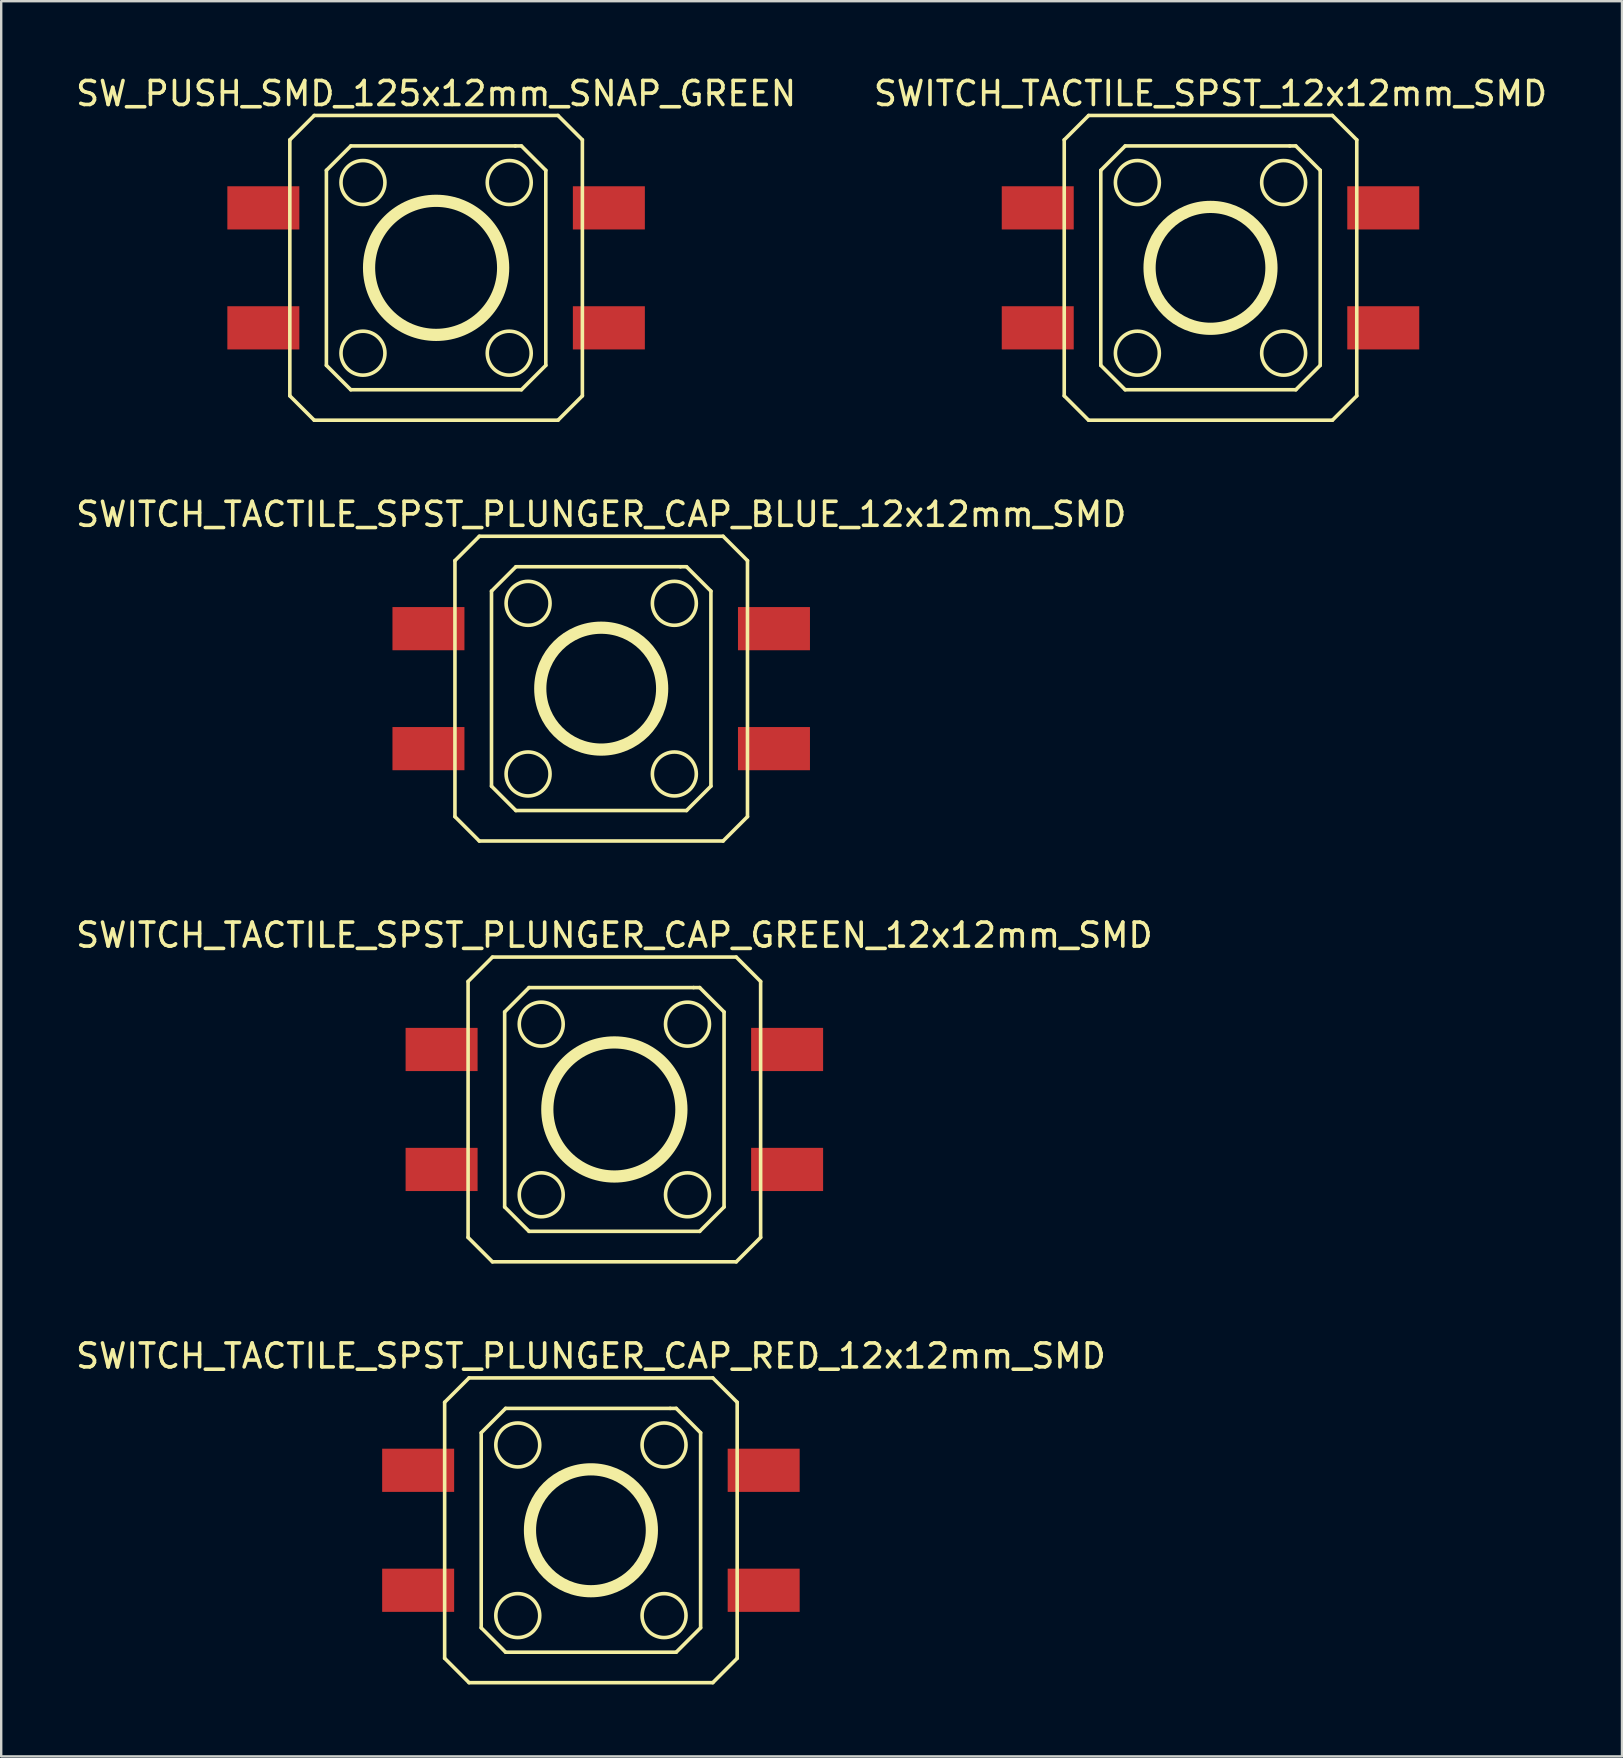
<source format=kicad_pcb>
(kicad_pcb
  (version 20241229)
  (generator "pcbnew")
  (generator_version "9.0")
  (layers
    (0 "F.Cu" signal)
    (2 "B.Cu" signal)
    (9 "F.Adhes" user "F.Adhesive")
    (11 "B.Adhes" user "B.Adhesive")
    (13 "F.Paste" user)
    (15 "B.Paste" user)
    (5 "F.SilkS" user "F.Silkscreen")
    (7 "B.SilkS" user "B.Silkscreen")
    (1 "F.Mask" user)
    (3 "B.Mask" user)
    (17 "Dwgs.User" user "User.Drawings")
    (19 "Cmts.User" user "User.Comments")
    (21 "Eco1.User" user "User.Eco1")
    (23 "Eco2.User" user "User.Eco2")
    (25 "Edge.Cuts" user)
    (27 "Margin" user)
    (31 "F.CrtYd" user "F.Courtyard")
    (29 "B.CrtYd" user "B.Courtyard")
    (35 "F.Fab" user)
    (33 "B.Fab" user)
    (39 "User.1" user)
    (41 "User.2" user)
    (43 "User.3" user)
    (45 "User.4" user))
  (footprint "SW_PUSH_SMD_125x12mm_SNAP_GREEN"
    (layer "F.Cu")
    (at 15.125 8.113)
    (property "Reference" "SW_PUSH_SMD_125x12mm_SNAP_GREEN" (at 0 -7.264 0) (layer "F.SilkS") (effects (font (size 1 1) (thickness 0.15))))
    (attr smd)
    (fp_line (start -6.096 -5.334) (end -6.096 5.334) (stroke (width 0.15) (type solid)) (layer "F.SilkS"))
    (fp_line (start -6.096 -5.334) (end -5.08 -6.35) (stroke (width 0.15) (type solid)) (layer "F.SilkS"))
    (fp_line (start -5.08 -6.35) (end 5.08 -6.35) (stroke (width 0.15) (type solid)) (layer "F.SilkS"))
    (fp_line (start -5.08 6.35) (end -6.096 5.334) (stroke (width 0.15) (type solid)) (layer "F.SilkS"))
    (fp_line (start -5.08 6.35) (end 5.08 6.35) (stroke (width 0.15) (type solid)) (layer "F.SilkS"))
    (fp_line (start -4.572 -4.064) (end -4.572 4.064) (stroke (width 0.15) (type solid)) (layer "F.SilkS"))
    (fp_line (start -4.572 -4.064) (end -3.556 -5.08) (stroke (width 0.15) (type solid)) (layer "F.SilkS"))
    (fp_line (start -4.572 4.064) (end -3.556 5.08) (stroke (width 0.15) (type solid)) (layer "F.SilkS"))
    (fp_line (start -3.556 -5.08) (end 3.302 -5.08) (stroke (width 0.15) (type solid)) (layer "F.SilkS"))
    (fp_line (start 3.302 -5.08) (end 3.556 -5.08) (stroke (width 0.15) (type solid)) (layer "F.SilkS"))
    (fp_line (start 3.556 -5.08) (end 4.572 -4.064) (stroke (width 0.15) (type solid)) (layer "F.SilkS"))
    (fp_line (start 3.556 5.08) (end -3.556 5.08) (stroke (width 0.15) (type solid)) (layer "F.SilkS"))
    (fp_line (start 4.572 4.064) (end 3.556 5.08) (stroke (width 0.15) (type solid)) (layer "F.SilkS"))
    (fp_line (start 4.572 4.064) (end 4.572 -4.064) (stroke (width 0.15) (type solid)) (layer "F.SilkS"))
    (fp_line (start 5.08 6.35) (end 6.096 5.334) (stroke (width 0.15) (type solid)) (layer "F.SilkS"))
    (fp_line (start 6.096 -5.334) (end 5.08 -6.35) (stroke (width 0.15) (type solid)) (layer "F.SilkS"))
    (fp_line (start 6.096 5.334) (end 6.096 -5.334) (stroke (width 0.15) (type solid)) (layer "F.SilkS"))
    (fp_circle (center -3.048 -3.556) (end -2.54 -2.794) (stroke (width 0.15) (type solid)) (fill no) (layer "F.SilkS"))
    (fp_circle (center -3.048 3.556) (end -2.286 3.048) (stroke (width 0.15) (type solid)) (fill no) (layer "F.SilkS"))
    (fp_circle (center 0 0) (end 2.794 0) (stroke (width 0.508) (type solid)) (fill no) (layer "F.SilkS"))
    (fp_circle (center 3.048 -3.556) (end 2.286 -3.048) (stroke (width 0.15) (type solid)) (fill no) (layer "F.SilkS"))
    (fp_circle (center 3.048 3.556) (end 2.286 3.048) (stroke (width 0.15) (type solid)) (fill no) (layer "F.SilkS"))
    (pad "1" smd rect (at -7.2 2.5) (size 3 1.8) (layers "F.Cu" "F.Mask" "F.Paste"))
    (pad "2" smd rect (at 7.2 2.5) (size 3 1.8) (layers "F.Cu" "F.Mask" "F.Paste"))
    (pad "3" smd rect (at -7.2 -2.5) (size 3 1.8) (layers "F.Cu" "F.Mask" "F.Paste"))
    (pad "4" smd rect (at 7.2 -2.5) (size 3 1.8) (layers "F.Cu" "F.Mask" "F.Paste")))
  (footprint "SWITCH_TACTILE_SPST_12x12mm_SMD"
    (layer "F.Cu")
    (at 47.399 8.113)
    (property "Reference" "SWITCH_TACTILE_SPST_12x12mm_SMD" (at 0 -7.264 0) (layer "F.SilkS") (effects (font (size 1 1) (thickness 0.15))))
    (attr smd)
    (fp_line (start -6.096 -5.334) (end -6.096 5.334) (stroke (width 0.15) (type solid)) (layer "F.SilkS"))
    (fp_line (start -6.096 -5.334) (end -5.08 -6.35) (stroke (width 0.15) (type solid)) (layer "F.SilkS"))
    (fp_line (start -5.08 -6.35) (end 5.08 -6.35) (stroke (width 0.15) (type solid)) (layer "F.SilkS"))
    (fp_line (start -5.08 6.35) (end -6.096 5.334) (stroke (width 0.15) (type solid)) (layer "F.SilkS"))
    (fp_line (start -5.08 6.35) (end 5.08 6.35) (stroke (width 0.15) (type solid)) (layer "F.SilkS"))
    (fp_line (start -4.572 -4.064) (end -4.572 4.064) (stroke (width 0.15) (type solid)) (layer "F.SilkS"))
    (fp_line (start -4.572 -4.064) (end -3.556 -5.08) (stroke (width 0.15) (type solid)) (layer "F.SilkS"))
    (fp_line (start -4.572 4.064) (end -3.556 5.08) (stroke (width 0.15) (type solid)) (layer "F.SilkS"))
    (fp_line (start -3.556 -5.08) (end 3.302 -5.08) (stroke (width 0.15) (type solid)) (layer "F.SilkS"))
    (fp_line (start 3.302 -5.08) (end 3.556 -5.08) (stroke (width 0.15) (type solid)) (layer "F.SilkS"))
    (fp_line (start 3.556 -5.08) (end 4.572 -4.064) (stroke (width 0.15) (type solid)) (layer "F.SilkS"))
    (fp_line (start 3.556 5.08) (end -3.556 5.08) (stroke (width 0.15) (type solid)) (layer "F.SilkS"))
    (fp_line (start 4.572 4.064) (end 3.556 5.08) (stroke (width 0.15) (type solid)) (layer "F.SilkS"))
    (fp_line (start 4.572 4.064) (end 4.572 -4.064) (stroke (width 0.15) (type solid)) (layer "F.SilkS"))
    (fp_line (start 5.08 6.35) (end 6.096 5.334) (stroke (width 0.15) (type solid)) (layer "F.SilkS"))
    (fp_line (start 6.096 -5.334) (end 5.08 -6.35) (stroke (width 0.15) (type solid)) (layer "F.SilkS"))
    (fp_line (start 6.096 5.334) (end 6.096 -5.334) (stroke (width 0.15) (type solid)) (layer "F.SilkS"))
    (fp_circle (center -3.048 -3.556) (end -2.54 -2.794) (stroke (width 0.15) (type solid)) (fill no) (layer "F.SilkS"))
    (fp_circle (center -3.048 3.556) (end -2.286 3.048) (stroke (width 0.15) (type solid)) (fill no) (layer "F.SilkS"))
    (fp_circle (center 0 0) (end 2.54 0) (stroke (width 0.508) (type solid)) (fill no) (layer "F.SilkS"))
    (fp_circle (center 3.048 -3.556) (end 2.286 -3.048) (stroke (width 0.15) (type solid)) (fill no) (layer "F.SilkS"))
    (fp_circle (center 3.048 3.556) (end 2.286 3.048) (stroke (width 0.15) (type solid)) (fill no) (layer "F.SilkS"))
    (pad "1" smd rect (at -7.2 2.5) (size 3 1.8) (layers "F.Cu" "F.Mask" "F.Paste"))
    (pad "2" smd rect (at 7.2 2.5) (size 3 1.8) (layers "F.Cu" "F.Mask" "F.Paste"))
    (pad "3" smd rect (at -7.2 -2.5) (size 3 1.8) (layers "F.Cu" "F.Mask" "F.Paste"))
    (pad "4" smd rect (at 7.2 -2.5) (size 3 1.8) (layers "F.Cu" "F.Mask" "F.Paste")))
  (footprint "SWITCH_TACTILE_SPST_PLUNGER_CAP_BLUE_12x12mm_SMD"
    (layer "F.Cu")
    (at 22.006 25.65)
    (property "Reference" "SWITCH_TACTILE_SPST_PLUNGER_CAP_BLUE_12x12mm_SMD" (at 0 -7.264 0) (layer "F.SilkS") (effects (font (size 1 1) (thickness 0.15))))
    (attr smd)
    (fp_line (start -6.096 -5.334) (end -6.096 5.334) (stroke (width 0.15) (type solid)) (layer "F.SilkS"))
    (fp_line (start -6.096 -5.334) (end -5.08 -6.35) (stroke (width 0.15) (type solid)) (layer "F.SilkS"))
    (fp_line (start -5.08 -6.35) (end 5.08 -6.35) (stroke (width 0.15) (type solid)) (layer "F.SilkS"))
    (fp_line (start -5.08 6.35) (end -6.096 5.334) (stroke (width 0.15) (type solid)) (layer "F.SilkS"))
    (fp_line (start -5.08 6.35) (end 5.08 6.35) (stroke (width 0.15) (type solid)) (layer "F.SilkS"))
    (fp_line (start -4.572 -4.064) (end -4.572 4.064) (stroke (width 0.15) (type solid)) (layer "F.SilkS"))
    (fp_line (start -4.572 -4.064) (end -3.556 -5.08) (stroke (width 0.15) (type solid)) (layer "F.SilkS"))
    (fp_line (start -4.572 4.064) (end -3.556 5.08) (stroke (width 0.15) (type solid)) (layer "F.SilkS"))
    (fp_line (start -3.556 -5.08) (end 3.302 -5.08) (stroke (width 0.15) (type solid)) (layer "F.SilkS"))
    (fp_line (start 3.302 -5.08) (end 3.556 -5.08) (stroke (width 0.15) (type solid)) (layer "F.SilkS"))
    (fp_line (start 3.556 -5.08) (end 4.572 -4.064) (stroke (width 0.15) (type solid)) (layer "F.SilkS"))
    (fp_line (start 3.556 5.08) (end -3.556 5.08) (stroke (width 0.15) (type solid)) (layer "F.SilkS"))
    (fp_line (start 4.572 4.064) (end 3.556 5.08) (stroke (width 0.15) (type solid)) (layer "F.SilkS"))
    (fp_line (start 4.572 4.064) (end 4.572 -4.064) (stroke (width 0.15) (type solid)) (layer "F.SilkS"))
    (fp_line (start 5.08 6.35) (end 6.096 5.334) (stroke (width 0.15) (type solid)) (layer "F.SilkS"))
    (fp_line (start 6.096 -5.334) (end 5.08 -6.35) (stroke (width 0.15) (type solid)) (layer "F.SilkS"))
    (fp_line (start 6.096 5.334) (end 6.096 -5.334) (stroke (width 0.15) (type solid)) (layer "F.SilkS"))
    (fp_circle (center -3.048 -3.556) (end -2.54 -2.794) (stroke (width 0.15) (type solid)) (fill no) (layer "F.SilkS"))
    (fp_circle (center -3.048 3.556) (end -2.286 3.048) (stroke (width 0.15) (type solid)) (fill no) (layer "F.SilkS"))
    (fp_circle (center 0 0) (end 2.54 0) (stroke (width 0.508) (type solid)) (fill no) (layer "F.SilkS"))
    (fp_circle (center 3.048 -3.556) (end 2.286 -3.048) (stroke (width 0.15) (type solid)) (fill no) (layer "F.SilkS"))
    (fp_circle (center 3.048 3.556) (end 2.286 3.048) (stroke (width 0.15) (type solid)) (fill no) (layer "F.SilkS"))
    (pad "1" smd rect (at -7.2 2.5) (size 3 1.8) (layers "F.Cu" "F.Mask" "F.Paste"))
    (pad "2" smd rect (at 7.2 2.5) (size 3 1.8) (layers "F.Cu" "F.Mask" "F.Paste"))
    (pad "3" smd rect (at -7.2 -2.5) (size 3 1.8) (layers "F.Cu" "F.Mask" "F.Paste"))
    (pad "4" smd rect (at 7.2 -2.5) (size 3 1.8) (layers "F.Cu" "F.Mask" "F.Paste")))
  (footprint "SWITCH_TACTILE_SPST_PLUNGER_CAP_RED_12x12mm_SMD"
    (layer "F.Cu")
    (at 21.577 60.726)
    (property "Reference" "SWITCH_TACTILE_SPST_PLUNGER_CAP_RED_12x12mm_SMD" (at 0 -7.264 0) (layer "F.SilkS") (effects (font (size 1 1) (thickness 0.15))))
    (attr smd)
    (fp_line (start -6.096 -5.334) (end -6.096 5.334) (stroke (width 0.15) (type solid)) (layer "F.SilkS"))
    (fp_line (start -6.096 -5.334) (end -5.08 -6.35) (stroke (width 0.15) (type solid)) (layer "F.SilkS"))
    (fp_line (start -5.08 -6.35) (end 5.08 -6.35) (stroke (width 0.15) (type solid)) (layer "F.SilkS"))
    (fp_line (start -5.08 6.35) (end -6.096 5.334) (stroke (width 0.15) (type solid)) (layer "F.SilkS"))
    (fp_line (start -5.08 6.35) (end 5.08 6.35) (stroke (width 0.15) (type solid)) (layer "F.SilkS"))
    (fp_line (start -4.572 -4.064) (end -4.572 4.064) (stroke (width 0.15) (type solid)) (layer "F.SilkS"))
    (fp_line (start -4.572 -4.064) (end -3.556 -5.08) (stroke (width 0.15) (type solid)) (layer "F.SilkS"))
    (fp_line (start -4.572 4.064) (end -3.556 5.08) (stroke (width 0.15) (type solid)) (layer "F.SilkS"))
    (fp_line (start -3.556 -5.08) (end 3.302 -5.08) (stroke (width 0.15) (type solid)) (layer "F.SilkS"))
    (fp_line (start 3.302 -5.08) (end 3.556 -5.08) (stroke (width 0.15) (type solid)) (layer "F.SilkS"))
    (fp_line (start 3.556 -5.08) (end 4.572 -4.064) (stroke (width 0.15) (type solid)) (layer "F.SilkS"))
    (fp_line (start 3.556 5.08) (end -3.556 5.08) (stroke (width 0.15) (type solid)) (layer "F.SilkS"))
    (fp_line (start 4.572 4.064) (end 3.556 5.08) (stroke (width 0.15) (type solid)) (layer "F.SilkS"))
    (fp_line (start 4.572 4.064) (end 4.572 -4.064) (stroke (width 0.15) (type solid)) (layer "F.SilkS"))
    (fp_line (start 5.08 6.35) (end 6.096 5.334) (stroke (width 0.15) (type solid)) (layer "F.SilkS"))
    (fp_line (start 6.096 -5.334) (end 5.08 -6.35) (stroke (width 0.15) (type solid)) (layer "F.SilkS"))
    (fp_line (start 6.096 5.334) (end 6.096 -5.334) (stroke (width 0.15) (type solid)) (layer "F.SilkS"))
    (fp_circle (center -3.048 -3.556) (end -2.54 -2.794) (stroke (width 0.15) (type solid)) (fill no) (layer "F.SilkS"))
    (fp_circle (center -3.048 3.556) (end -2.286 3.048) (stroke (width 0.15) (type solid)) (fill no) (layer "F.SilkS"))
    (fp_circle (center 0 0) (end 2.54 0) (stroke (width 0.508) (type solid)) (fill no) (layer "F.SilkS"))
    (fp_circle (center 3.048 -3.556) (end 2.286 -3.048) (stroke (width 0.15) (type solid)) (fill no) (layer "F.SilkS"))
    (fp_circle (center 3.048 3.556) (end 2.286 3.048) (stroke (width 0.15) (type solid)) (fill no) (layer "F.SilkS"))
    (pad "1" smd rect (at -7.2 2.5) (size 3 1.8) (layers "F.Cu" "F.Mask" "F.Paste"))
    (pad "2" smd rect (at 7.2 2.5) (size 3 1.8) (layers "F.Cu" "F.Mask" "F.Paste"))
    (pad "3" smd rect (at -7.2 -2.5) (size 3 1.8) (layers "F.Cu" "F.Mask" "F.Paste"))
    (pad "4" smd rect (at 7.2 -2.5) (size 3 1.8) (layers "F.Cu" "F.Mask" "F.Paste")))
  (footprint "SWITCH_TACTILE_SPST_PLUNGER_CAP_GREEN_12x12mm_SMD"
    (layer "F.Cu")
    (at 22.554 43.188)
    (property "Reference" "SWITCH_TACTILE_SPST_PLUNGER_CAP_GREEN_12x12mm_SMD" (at 0 -7.264 0) (layer "F.SilkS") (effects (font (size 1 1) (thickness 0.15))))
    (attr smd)
    (fp_line (start -6.096 -5.334) (end -6.096 5.334) (stroke (width 0.15) (type solid)) (layer "F.SilkS"))
    (fp_line (start -6.096 -5.334) (end -5.08 -6.35) (stroke (width 0.15) (type solid)) (layer "F.SilkS"))
    (fp_line (start -5.08 -6.35) (end 5.08 -6.35) (stroke (width 0.15) (type solid)) (layer "F.SilkS"))
    (fp_line (start -5.08 6.35) (end -6.096 5.334) (stroke (width 0.15) (type solid)) (layer "F.SilkS"))
    (fp_line (start -5.08 6.35) (end 5.08 6.35) (stroke (width 0.15) (type solid)) (layer "F.SilkS"))
    (fp_line (start -4.572 -4.064) (end -4.572 4.064) (stroke (width 0.15) (type solid)) (layer "F.SilkS"))
    (fp_line (start -4.572 -4.064) (end -3.556 -5.08) (stroke (width 0.15) (type solid)) (layer "F.SilkS"))
    (fp_line (start -4.572 4.064) (end -3.556 5.08) (stroke (width 0.15) (type solid)) (layer "F.SilkS"))
    (fp_line (start -3.556 -5.08) (end 3.302 -5.08) (stroke (width 0.15) (type solid)) (layer "F.SilkS"))
    (fp_line (start 3.302 -5.08) (end 3.556 -5.08) (stroke (width 0.15) (type solid)) (layer "F.SilkS"))
    (fp_line (start 3.556 -5.08) (end 4.572 -4.064) (stroke (width 0.15) (type solid)) (layer "F.SilkS"))
    (fp_line (start 3.556 5.08) (end -3.556 5.08) (stroke (width 0.15) (type solid)) (layer "F.SilkS"))
    (fp_line (start 4.572 4.064) (end 3.556 5.08) (stroke (width 0.15) (type solid)) (layer "F.SilkS"))
    (fp_line (start 4.572 4.064) (end 4.572 -4.064) (stroke (width 0.15) (type solid)) (layer "F.SilkS"))
    (fp_line (start 5.08 6.35) (end 6.096 5.334) (stroke (width 0.15) (type solid)) (layer "F.SilkS"))
    (fp_line (start 6.096 -5.334) (end 5.08 -6.35) (stroke (width 0.15) (type solid)) (layer "F.SilkS"))
    (fp_line (start 6.096 5.334) (end 6.096 -5.334) (stroke (width 0.15) (type solid)) (layer "F.SilkS"))
    (fp_circle (center -3.048 -3.556) (end -2.54 -2.794) (stroke (width 0.15) (type solid)) (fill no) (layer "F.SilkS"))
    (fp_circle (center -3.048 3.556) (end -2.286 3.048) (stroke (width 0.15) (type solid)) (fill no) (layer "F.SilkS"))
    (fp_circle (center 0 0) (end 2.794 0) (stroke (width 0.508) (type solid)) (fill no) (layer "F.SilkS"))
    (fp_circle (center 3.048 -3.556) (end 2.286 -3.048) (stroke (width 0.15) (type solid)) (fill no) (layer "F.SilkS"))
    (fp_circle (center 3.048 3.556) (end 2.286 3.048) (stroke (width 0.15) (type solid)) (fill no) (layer "F.SilkS"))
    (pad "1" smd rect (at -7.2 2.5) (size 3 1.8) (layers "F.Cu" "F.Mask" "F.Paste"))
    (pad "2" smd rect (at 7.2 2.5) (size 3 1.8) (layers "F.Cu" "F.Mask" "F.Paste"))
    (pad "3" smd rect (at -7.2 -2.5) (size 3 1.8) (layers "F.Cu" "F.Mask" "F.Paste"))
    (pad "4" smd rect (at 7.2 -2.5) (size 3 1.8) (layers "F.Cu" "F.Mask" "F.Paste")))
  (gr_rect
    (start -3 -3)
    (end 64.548 70.151)
    (stroke (width 0.1) (type default))
    (fill no)
    (layer "Edge.Cuts")))
</source>
